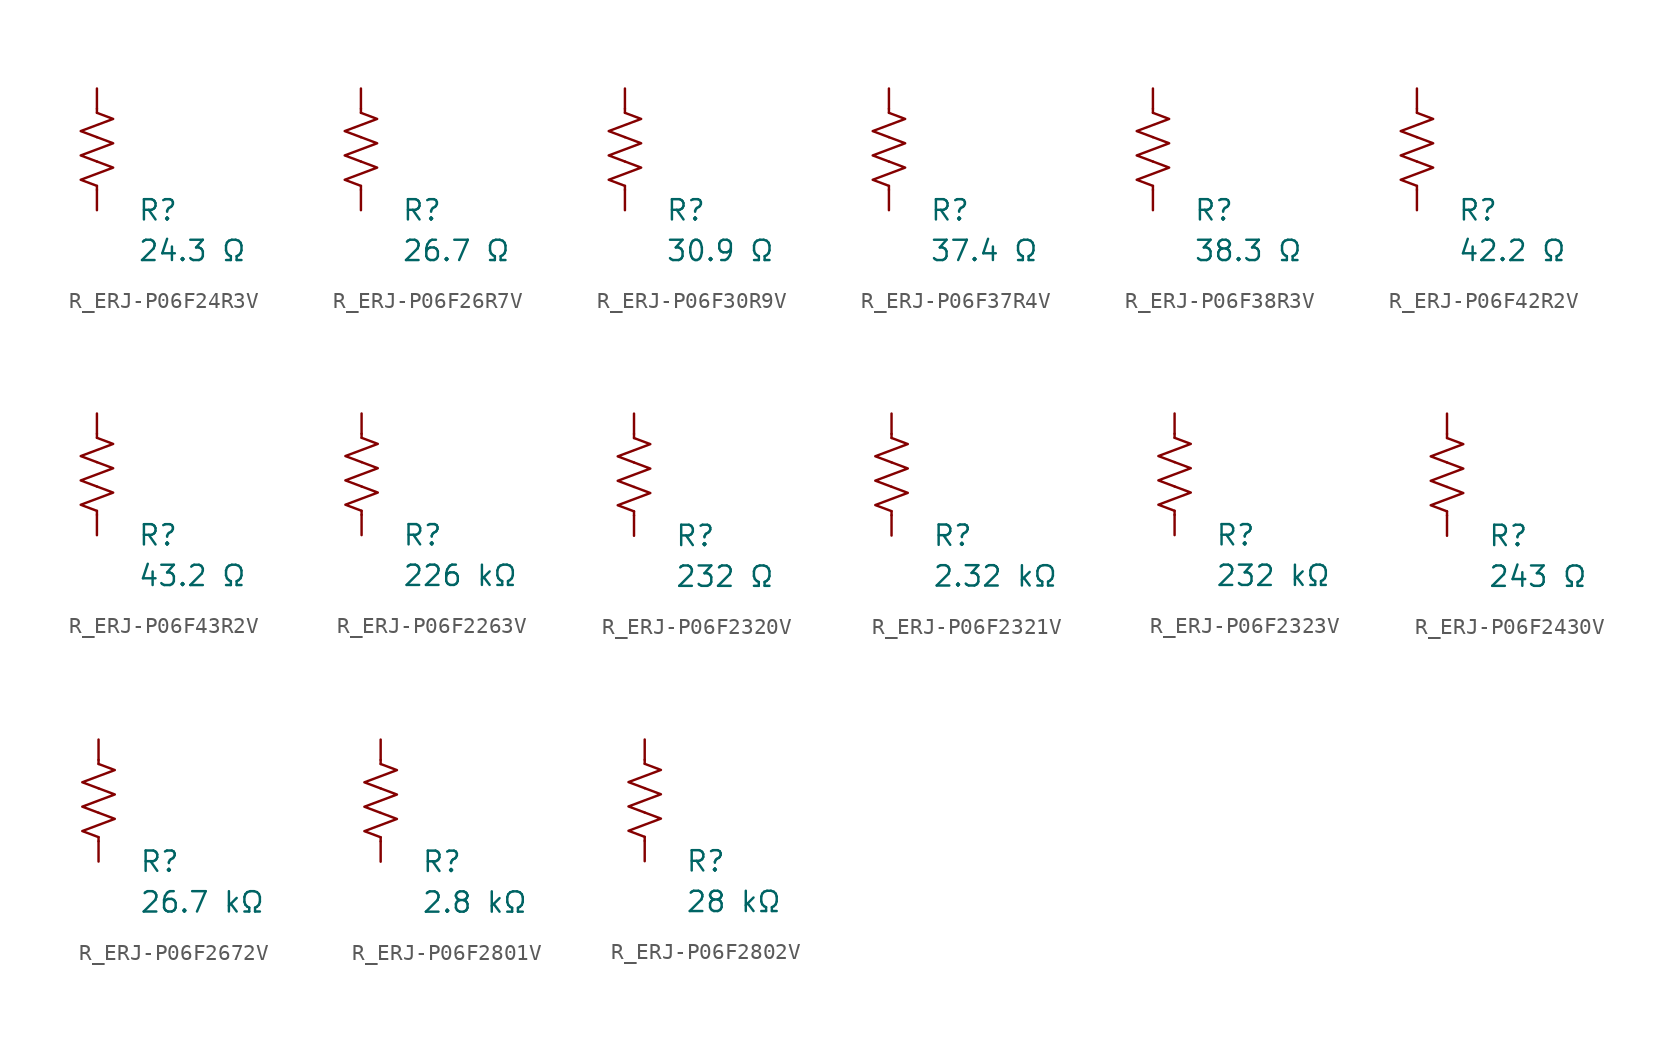
<source format=kicad_sym>
(kicad_symbol_lib
  (version 20231120)
  (generator "kicad_symbol_editor")
  (generator_version "8.0")
  (symbol "R_ERJ-P06F24R3V"
    (pin_numbers hide)
    (pin_names
      (offset 0))
    (property "Reference" "R"
      (at 2.54 -3.81 0)
      (effects (font (size 1.27 1.27)) (justify left))
      (show_name no))
    (property "Value" "24.3 Ω"
      (at 2.54 -6.35 0)
      (effects (font (size 1.27 1.27)) (justify left))
      (show_name no))
    (symbol "R_ERJ-P06F24R3V_0_1"
      (polyline (pts (xy 0 -2.286) (xy 0 -2.54)) (stroke (width 0) (type default)) (fill (type none)))
      (polyline (pts (xy 0 2.286) (xy 0 2.54)) (stroke (width 0) (type default)) (fill (type none)))
      (polyline (pts (xy 0 -0.762) (xy 1.016 -1.143) (xy 0 -1.524) (xy -1.016 -1.905) (xy 0 -2.286)) (stroke (width 0) (type default)) (fill (type none)))
      (polyline (pts (xy 0 0.762) (xy 1.016 0.381) (xy 0 0) (xy -1.016 -0.381) (xy 0 -0.762)) (stroke (width 0) (type default)) (fill (type none)))
      (polyline (pts (xy 0 2.286) (xy 1.016 1.905) (xy 0 1.524) (xy -1.016 1.143) (xy 0 0.762)) (stroke (width 0) (type default)) (fill (type none))))
    (symbol "R_ERJ-P06F24R3V_1_1"
      (pin passive line (at 0 3.81 270) (length 1.27) (name "~" (effects (font (size 1.27 1.27)))) (number "1" (effects (font (size 1.27 1.27)))))
      (pin passive line (at 0 -3.81 90) (length 1.27) (name "~" (effects (font (size 1.27 1.27)))) (number "2" (effects (font (size 1.27 1.27)))))))
  (symbol "R_ERJ-P06F26R7V"
    (pin_numbers hide)
    (pin_names
      (offset 0))
    (property "Reference" "R"
      (at 2.54 -3.81 0)
      (effects (font (size 1.27 1.27)) (justify left))
      (show_name no))
    (property "Value" "26.7 Ω"
      (at 2.54 -6.35 0)
      (effects (font (size 1.27 1.27)) (justify left))
      (show_name no))
    (symbol "R_ERJ-P06F26R7V_0_1"
      (polyline (pts (xy 0 -2.286) (xy 0 -2.54)) (stroke (width 0) (type default)) (fill (type none)))
      (polyline (pts (xy 0 2.286) (xy 0 2.54)) (stroke (width 0) (type default)) (fill (type none)))
      (polyline (pts (xy 0 -0.762) (xy 1.016 -1.143) (xy 0 -1.524) (xy -1.016 -1.905) (xy 0 -2.286)) (stroke (width 0) (type default)) (fill (type none)))
      (polyline (pts (xy 0 0.762) (xy 1.016 0.381) (xy 0 0) (xy -1.016 -0.381) (xy 0 -0.762)) (stroke (width 0) (type default)) (fill (type none)))
      (polyline (pts (xy 0 2.286) (xy 1.016 1.905) (xy 0 1.524) (xy -1.016 1.143) (xy 0 0.762)) (stroke (width 0) (type default)) (fill (type none))))
    (symbol "R_ERJ-P06F26R7V_1_1"
      (pin passive line (at 0 3.81 270) (length 1.27) (name "~" (effects (font (size 1.27 1.27)))) (number "1" (effects (font (size 1.27 1.27)))))
      (pin passive line (at 0 -3.81 90) (length 1.27) (name "~" (effects (font (size 1.27 1.27)))) (number "2" (effects (font (size 1.27 1.27)))))))
  (symbol "R_ERJ-P06F30R9V"
    (pin_numbers hide)
    (pin_names
      (offset 0))
    (property "Reference" "R"
      (at 2.54 -3.81 0)
      (effects (font (size 1.27 1.27)) (justify left))
      (show_name no))
    (property "Value" "30.9 Ω"
      (at 2.54 -6.35 0)
      (effects (font (size 1.27 1.27)) (justify left))
      (show_name no))
    (symbol "R_ERJ-P06F30R9V_0_1"
      (polyline (pts (xy 0 -2.286) (xy 0 -2.54)) (stroke (width 0) (type default)) (fill (type none)))
      (polyline (pts (xy 0 2.286) (xy 0 2.54)) (stroke (width 0) (type default)) (fill (type none)))
      (polyline (pts (xy 0 -0.762) (xy 1.016 -1.143) (xy 0 -1.524) (xy -1.016 -1.905) (xy 0 -2.286)) (stroke (width 0) (type default)) (fill (type none)))
      (polyline (pts (xy 0 0.762) (xy 1.016 0.381) (xy 0 0) (xy -1.016 -0.381) (xy 0 -0.762)) (stroke (width 0) (type default)) (fill (type none)))
      (polyline (pts (xy 0 2.286) (xy 1.016 1.905) (xy 0 1.524) (xy -1.016 1.143) (xy 0 0.762)) (stroke (width 0) (type default)) (fill (type none))))
    (symbol "R_ERJ-P06F30R9V_1_1"
      (pin passive line (at 0 3.81 270) (length 1.27) (name "~" (effects (font (size 1.27 1.27)))) (number "1" (effects (font (size 1.27 1.27)))))
      (pin passive line (at 0 -3.81 90) (length 1.27) (name "~" (effects (font (size 1.27 1.27)))) (number "2" (effects (font (size 1.27 1.27)))))))
  (symbol "R_ERJ-P06F37R4V"
    (pin_numbers hide)
    (pin_names
      (offset 0))
    (property "Reference" "R"
      (at 2.54 -3.81 0)
      (effects (font (size 1.27 1.27)) (justify left))
      (show_name no))
    (property "Value" "37.4 Ω"
      (at 2.54 -6.35 0)
      (effects (font (size 1.27 1.27)) (justify left))
      (show_name no))
    (symbol "R_ERJ-P06F37R4V_0_1"
      (polyline (pts (xy 0 -2.286) (xy 0 -2.54)) (stroke (width 0) (type default)) (fill (type none)))
      (polyline (pts (xy 0 2.286) (xy 0 2.54)) (stroke (width 0) (type default)) (fill (type none)))
      (polyline (pts (xy 0 -0.762) (xy 1.016 -1.143) (xy 0 -1.524) (xy -1.016 -1.905) (xy 0 -2.286)) (stroke (width 0) (type default)) (fill (type none)))
      (polyline (pts (xy 0 0.762) (xy 1.016 0.381) (xy 0 0) (xy -1.016 -0.381) (xy 0 -0.762)) (stroke (width 0) (type default)) (fill (type none)))
      (polyline (pts (xy 0 2.286) (xy 1.016 1.905) (xy 0 1.524) (xy -1.016 1.143) (xy 0 0.762)) (stroke (width 0) (type default)) (fill (type none))))
    (symbol "R_ERJ-P06F37R4V_1_1"
      (pin passive line (at 0 3.81 270) (length 1.27) (name "~" (effects (font (size 1.27 1.27)))) (number "1" (effects (font (size 1.27 1.27)))))
      (pin passive line (at 0 -3.81 90) (length 1.27) (name "~" (effects (font (size 1.27 1.27)))) (number "2" (effects (font (size 1.27 1.27)))))))
  (symbol "R_ERJ-P06F38R3V"
    (pin_numbers hide)
    (pin_names
      (offset 0))
    (property "Reference" "R"
      (at 2.54 -3.81 0)
      (effects (font (size 1.27 1.27)) (justify left))
      (show_name no))
    (property "Value" "38.3 Ω"
      (at 2.54 -6.35 0)
      (effects (font (size 1.27 1.27)) (justify left))
      (show_name no))
    (symbol "R_ERJ-P06F38R3V_0_1"
      (polyline (pts (xy 0 -2.286) (xy 0 -2.54)) (stroke (width 0) (type default)) (fill (type none)))
      (polyline (pts (xy 0 2.286) (xy 0 2.54)) (stroke (width 0) (type default)) (fill (type none)))
      (polyline (pts (xy 0 -0.762) (xy 1.016 -1.143) (xy 0 -1.524) (xy -1.016 -1.905) (xy 0 -2.286)) (stroke (width 0) (type default)) (fill (type none)))
      (polyline (pts (xy 0 0.762) (xy 1.016 0.381) (xy 0 0) (xy -1.016 -0.381) (xy 0 -0.762)) (stroke (width 0) (type default)) (fill (type none)))
      (polyline (pts (xy 0 2.286) (xy 1.016 1.905) (xy 0 1.524) (xy -1.016 1.143) (xy 0 0.762)) (stroke (width 0) (type default)) (fill (type none))))
    (symbol "R_ERJ-P06F38R3V_1_1"
      (pin passive line (at 0 3.81 270) (length 1.27) (name "~" (effects (font (size 1.27 1.27)))) (number "1" (effects (font (size 1.27 1.27)))))
      (pin passive line (at 0 -3.81 90) (length 1.27) (name "~" (effects (font (size 1.27 1.27)))) (number "2" (effects (font (size 1.27 1.27)))))))
  (symbol "R_ERJ-P06F42R2V"
    (pin_numbers hide)
    (pin_names
      (offset 0))
    (property "Reference" "R"
      (at 2.54 -3.81 0)
      (effects (font (size 1.27 1.27)) (justify left))
      (show_name no))
    (property "Value" "42.2 Ω"
      (at 2.54 -6.35 0)
      (effects (font (size 1.27 1.27)) (justify left))
      (show_name no))
    (symbol "R_ERJ-P06F42R2V_0_1"
      (polyline (pts (xy 0 -2.286) (xy 0 -2.54)) (stroke (width 0) (type default)) (fill (type none)))
      (polyline (pts (xy 0 2.286) (xy 0 2.54)) (stroke (width 0) (type default)) (fill (type none)))
      (polyline (pts (xy 0 -0.762) (xy 1.016 -1.143) (xy 0 -1.524) (xy -1.016 -1.905) (xy 0 -2.286)) (stroke (width 0) (type default)) (fill (type none)))
      (polyline (pts (xy 0 0.762) (xy 1.016 0.381) (xy 0 0) (xy -1.016 -0.381) (xy 0 -0.762)) (stroke (width 0) (type default)) (fill (type none)))
      (polyline (pts (xy 0 2.286) (xy 1.016 1.905) (xy 0 1.524) (xy -1.016 1.143) (xy 0 0.762)) (stroke (width 0) (type default)) (fill (type none))))
    (symbol "R_ERJ-P06F42R2V_1_1"
      (pin passive line (at 0 3.81 270) (length 1.27) (name "~" (effects (font (size 1.27 1.27)))) (number "1" (effects (font (size 1.27 1.27)))))
      (pin passive line (at 0 -3.81 90) (length 1.27) (name "~" (effects (font (size 1.27 1.27)))) (number "2" (effects (font (size 1.27 1.27)))))))
  (symbol "R_ERJ-P06F43R2V"
    (pin_numbers hide)
    (pin_names
      (offset 0))
    (property "Reference" "R"
      (at 2.54 -3.81 0)
      (effects (font (size 1.27 1.27)) (justify left))
      (show_name no))
    (property "Value" "43.2 Ω"
      (at 2.54 -6.35 0)
      (effects (font (size 1.27 1.27)) (justify left))
      (show_name no))
    (symbol "R_ERJ-P06F43R2V_0_1"
      (polyline (pts (xy 0 -2.286) (xy 0 -2.54)) (stroke (width 0) (type default)) (fill (type none)))
      (polyline (pts (xy 0 2.286) (xy 0 2.54)) (stroke (width 0) (type default)) (fill (type none)))
      (polyline (pts (xy 0 -0.762) (xy 1.016 -1.143) (xy 0 -1.524) (xy -1.016 -1.905) (xy 0 -2.286)) (stroke (width 0) (type default)) (fill (type none)))
      (polyline (pts (xy 0 0.762) (xy 1.016 0.381) (xy 0 0) (xy -1.016 -0.381) (xy 0 -0.762)) (stroke (width 0) (type default)) (fill (type none)))
      (polyline (pts (xy 0 2.286) (xy 1.016 1.905) (xy 0 1.524) (xy -1.016 1.143) (xy 0 0.762)) (stroke (width 0) (type default)) (fill (type none))))
    (symbol "R_ERJ-P06F43R2V_1_1"
      (pin passive line (at 0 3.81 270) (length 1.27) (name "~" (effects (font (size 1.27 1.27)))) (number "1" (effects (font (size 1.27 1.27)))))
      (pin passive line (at 0 -3.81 90) (length 1.27) (name "~" (effects (font (size 1.27 1.27)))) (number "2" (effects (font (size 1.27 1.27)))))))
  (symbol "R_ERJ-P06F2263V"
    (pin_numbers hide)
    (pin_names
      (offset 0))
    (property "Reference" "R"
      (at 2.54 -3.81 0)
      (effects (font (size 1.27 1.27)) (justify left))
      (show_name no))
    (property "Value" "226 kΩ"
      (at 2.54 -6.35 0)
      (effects (font (size 1.27 1.27)) (justify left))
      (show_name no))
    (symbol "R_ERJ-P06F2263V_0_1"
      (polyline (pts (xy 0 -2.286) (xy 0 -2.54)) (stroke (width 0) (type default)) (fill (type none)))
      (polyline (pts (xy 0 2.286) (xy 0 2.54)) (stroke (width 0) (type default)) (fill (type none)))
      (polyline (pts (xy 0 -0.762) (xy 1.016 -1.143) (xy 0 -1.524) (xy -1.016 -1.905) (xy 0 -2.286)) (stroke (width 0) (type default)) (fill (type none)))
      (polyline (pts (xy 0 0.762) (xy 1.016 0.381) (xy 0 0) (xy -1.016 -0.381) (xy 0 -0.762)) (stroke (width 0) (type default)) (fill (type none)))
      (polyline (pts (xy 0 2.286) (xy 1.016 1.905) (xy 0 1.524) (xy -1.016 1.143) (xy 0 0.762)) (stroke (width 0) (type default)) (fill (type none))))
    (symbol "R_ERJ-P06F2263V_1_1"
      (pin passive line (at 0 3.81 270) (length 1.27) (name "~" (effects (font (size 1.27 1.27)))) (number "1" (effects (font (size 1.27 1.27)))))
      (pin passive line (at 0 -3.81 90) (length 1.27) (name "~" (effects (font (size 1.27 1.27)))) (number "2" (effects (font (size 1.27 1.27)))))))
  (symbol "R_ERJ-P06F2320V"
    (pin_numbers hide)
    (pin_names
      (offset 0))
    (property "Reference" "R"
      (at 2.54 -3.81 0)
      (effects (font (size 1.27 1.27)) (justify left))
      (show_name no))
    (property "Value" "232 Ω"
      (at 2.54 -6.35 0)
      (effects (font (size 1.27 1.27)) (justify left))
      (show_name no))
    (symbol "R_ERJ-P06F2320V_0_1"
      (polyline (pts (xy 0 -2.286) (xy 0 -2.54)) (stroke (width 0) (type default)) (fill (type none)))
      (polyline (pts (xy 0 2.286) (xy 0 2.54)) (stroke (width 0) (type default)) (fill (type none)))
      (polyline (pts (xy 0 -0.762) (xy 1.016 -1.143) (xy 0 -1.524) (xy -1.016 -1.905) (xy 0 -2.286)) (stroke (width 0) (type default)) (fill (type none)))
      (polyline (pts (xy 0 0.762) (xy 1.016 0.381) (xy 0 0) (xy -1.016 -0.381) (xy 0 -0.762)) (stroke (width 0) (type default)) (fill (type none)))
      (polyline (pts (xy 0 2.286) (xy 1.016 1.905) (xy 0 1.524) (xy -1.016 1.143) (xy 0 0.762)) (stroke (width 0) (type default)) (fill (type none))))
    (symbol "R_ERJ-P06F2320V_1_1"
      (pin passive line (at 0 3.81 270) (length 1.27) (name "~" (effects (font (size 1.27 1.27)))) (number "1" (effects (font (size 1.27 1.27)))))
      (pin passive line (at 0 -3.81 90) (length 1.27) (name "~" (effects (font (size 1.27 1.27)))) (number "2" (effects (font (size 1.27 1.27)))))))
  (symbol "R_ERJ-P06F2321V"
    (pin_numbers hide)
    (pin_names
      (offset 0))
    (property "Reference" "R"
      (at 2.54 -3.81 0)
      (effects (font (size 1.27 1.27)) (justify left))
      (show_name no))
    (property "Value" "2.32 kΩ"
      (at 2.54 -6.35 0)
      (effects (font (size 1.27 1.27)) (justify left))
      (show_name no))
    (symbol "R_ERJ-P06F2321V_0_1"
      (polyline (pts (xy 0 -2.286) (xy 0 -2.54)) (stroke (width 0) (type default)) (fill (type none)))
      (polyline (pts (xy 0 2.286) (xy 0 2.54)) (stroke (width 0) (type default)) (fill (type none)))
      (polyline (pts (xy 0 -0.762) (xy 1.016 -1.143) (xy 0 -1.524) (xy -1.016 -1.905) (xy 0 -2.286)) (stroke (width 0) (type default)) (fill (type none)))
      (polyline (pts (xy 0 0.762) (xy 1.016 0.381) (xy 0 0) (xy -1.016 -0.381) (xy 0 -0.762)) (stroke (width 0) (type default)) (fill (type none)))
      (polyline (pts (xy 0 2.286) (xy 1.016 1.905) (xy 0 1.524) (xy -1.016 1.143) (xy 0 0.762)) (stroke (width 0) (type default)) (fill (type none))))
    (symbol "R_ERJ-P06F2321V_1_1"
      (pin passive line (at 0 3.81 270) (length 1.27) (name "~" (effects (font (size 1.27 1.27)))) (number "1" (effects (font (size 1.27 1.27)))))
      (pin passive line (at 0 -3.81 90) (length 1.27) (name "~" (effects (font (size 1.27 1.27)))) (number "2" (effects (font (size 1.27 1.27)))))))
  (symbol "R_ERJ-P06F2323V"
    (pin_numbers hide)
    (pin_names
      (offset 0))
    (property "Reference" "R"
      (at 2.54 -3.81 0)
      (effects (font (size 1.27 1.27)) (justify left))
      (show_name no))
    (property "Value" "232 kΩ"
      (at 2.54 -6.35 0)
      (effects (font (size 1.27 1.27)) (justify left))
      (show_name no))
    (symbol "R_ERJ-P06F2323V_0_1"
      (polyline (pts (xy 0 -2.286) (xy 0 -2.54)) (stroke (width 0) (type default)) (fill (type none)))
      (polyline (pts (xy 0 2.286) (xy 0 2.54)) (stroke (width 0) (type default)) (fill (type none)))
      (polyline (pts (xy 0 -0.762) (xy 1.016 -1.143) (xy 0 -1.524) (xy -1.016 -1.905) (xy 0 -2.286)) (stroke (width 0) (type default)) (fill (type none)))
      (polyline (pts (xy 0 0.762) (xy 1.016 0.381) (xy 0 0) (xy -1.016 -0.381) (xy 0 -0.762)) (stroke (width 0) (type default)) (fill (type none)))
      (polyline (pts (xy 0 2.286) (xy 1.016 1.905) (xy 0 1.524) (xy -1.016 1.143) (xy 0 0.762)) (stroke (width 0) (type default)) (fill (type none))))
    (symbol "R_ERJ-P06F2323V_1_1"
      (pin passive line (at 0 3.81 270) (length 1.27) (name "~" (effects (font (size 1.27 1.27)))) (number "1" (effects (font (size 1.27 1.27)))))
      (pin passive line (at 0 -3.81 90) (length 1.27) (name "~" (effects (font (size 1.27 1.27)))) (number "2" (effects (font (size 1.27 1.27)))))))
  (symbol "R_ERJ-P06F2430V"
    (pin_numbers hide)
    (pin_names
      (offset 0))
    (property "Reference" "R"
      (at 2.54 -3.81 0)
      (effects (font (size 1.27 1.27)) (justify left))
      (show_name no))
    (property "Value" "243 Ω"
      (at 2.54 -6.35 0)
      (effects (font (size 1.27 1.27)) (justify left))
      (show_name no))
    (symbol "R_ERJ-P06F2430V_0_1"
      (polyline (pts (xy 0 -2.286) (xy 0 -2.54)) (stroke (width 0) (type default)) (fill (type none)))
      (polyline (pts (xy 0 2.286) (xy 0 2.54)) (stroke (width 0) (type default)) (fill (type none)))
      (polyline (pts (xy 0 -0.762) (xy 1.016 -1.143) (xy 0 -1.524) (xy -1.016 -1.905) (xy 0 -2.286)) (stroke (width 0) (type default)) (fill (type none)))
      (polyline (pts (xy 0 0.762) (xy 1.016 0.381) (xy 0 0) (xy -1.016 -0.381) (xy 0 -0.762)) (stroke (width 0) (type default)) (fill (type none)))
      (polyline (pts (xy 0 2.286) (xy 1.016 1.905) (xy 0 1.524) (xy -1.016 1.143) (xy 0 0.762)) (stroke (width 0) (type default)) (fill (type none))))
    (symbol "R_ERJ-P06F2430V_1_1"
      (pin passive line (at 0 3.81 270) (length 1.27) (name "~" (effects (font (size 1.27 1.27)))) (number "1" (effects (font (size 1.27 1.27)))))
      (pin passive line (at 0 -3.81 90) (length 1.27) (name "~" (effects (font (size 1.27 1.27)))) (number "2" (effects (font (size 1.27 1.27)))))))
  (symbol "R_ERJ-P06F2672V"
    (pin_numbers hide)
    (pin_names
      (offset 0))
    (property "Reference" "R"
      (at 2.54 -3.81 0)
      (effects (font (size 1.27 1.27)) (justify left))
      (show_name no))
    (property "Value" "26.7 kΩ"
      (at 2.54 -6.35 0)
      (effects (font (size 1.27 1.27)) (justify left))
      (show_name no))
    (symbol "R_ERJ-P06F2672V_0_1"
      (polyline (pts (xy 0 -2.286) (xy 0 -2.54)) (stroke (width 0) (type default)) (fill (type none)))
      (polyline (pts (xy 0 2.286) (xy 0 2.54)) (stroke (width 0) (type default)) (fill (type none)))
      (polyline (pts (xy 0 -0.762) (xy 1.016 -1.143) (xy 0 -1.524) (xy -1.016 -1.905) (xy 0 -2.286)) (stroke (width 0) (type default)) (fill (type none)))
      (polyline (pts (xy 0 0.762) (xy 1.016 0.381) (xy 0 0) (xy -1.016 -0.381) (xy 0 -0.762)) (stroke (width 0) (type default)) (fill (type none)))
      (polyline (pts (xy 0 2.286) (xy 1.016 1.905) (xy 0 1.524) (xy -1.016 1.143) (xy 0 0.762)) (stroke (width 0) (type default)) (fill (type none))))
    (symbol "R_ERJ-P06F2672V_1_1"
      (pin passive line (at 0 3.81 270) (length 1.27) (name "~" (effects (font (size 1.27 1.27)))) (number "1" (effects (font (size 1.27 1.27)))))
      (pin passive line (at 0 -3.81 90) (length 1.27) (name "~" (effects (font (size 1.27 1.27)))) (number "2" (effects (font (size 1.27 1.27)))))))
  (symbol "R_ERJ-P06F2801V"
    (pin_numbers hide)
    (pin_names
      (offset 0))
    (property "Reference" "R"
      (at 2.54 -3.81 0)
      (effects (font (size 1.27 1.27)) (justify left))
      (show_name no))
    (property "Value" "2.8 kΩ"
      (at 2.54 -6.35 0)
      (effects (font (size 1.27 1.27)) (justify left))
      (show_name no))
    (symbol "R_ERJ-P06F2801V_0_1"
      (polyline (pts (xy 0 -2.286) (xy 0 -2.54)) (stroke (width 0) (type default)) (fill (type none)))
      (polyline (pts (xy 0 2.286) (xy 0 2.54)) (stroke (width 0) (type default)) (fill (type none)))
      (polyline (pts (xy 0 -0.762) (xy 1.016 -1.143) (xy 0 -1.524) (xy -1.016 -1.905) (xy 0 -2.286)) (stroke (width 0) (type default)) (fill (type none)))
      (polyline (pts (xy 0 0.762) (xy 1.016 0.381) (xy 0 0) (xy -1.016 -0.381) (xy 0 -0.762)) (stroke (width 0) (type default)) (fill (type none)))
      (polyline (pts (xy 0 2.286) (xy 1.016 1.905) (xy 0 1.524) (xy -1.016 1.143) (xy 0 0.762)) (stroke (width 0) (type default)) (fill (type none))))
    (symbol "R_ERJ-P06F2801V_1_1"
      (pin passive line (at 0 3.81 270) (length 1.27) (name "~" (effects (font (size 1.27 1.27)))) (number "1" (effects (font (size 1.27 1.27)))))
      (pin passive line (at 0 -3.81 90) (length 1.27) (name "~" (effects (font (size 1.27 1.27)))) (number "2" (effects (font (size 1.27 1.27)))))))
  (symbol "R_ERJ-P06F2802V"
    (pin_numbers hide)
    (pin_names
      (offset 0))
    (property "Reference" "R"
      (at 2.54 -3.81 0)
      (effects (font (size 1.27 1.27)) (justify left))
      (show_name no))
    (property "Value" "28 kΩ"
      (at 2.54 -6.35 0)
      (effects (font (size 1.27 1.27)) (justify left))
      (show_name no))
    (symbol "R_ERJ-P06F2802V_0_1"
      (polyline (pts (xy 0 -2.286) (xy 0 -2.54)) (stroke (width 0) (type default)) (fill (type none)))
      (polyline (pts (xy 0 2.286) (xy 0 2.54)) (stroke (width 0) (type default)) (fill (type none)))
      (polyline (pts (xy 0 -0.762) (xy 1.016 -1.143) (xy 0 -1.524) (xy -1.016 -1.905) (xy 0 -2.286)) (stroke (width 0) (type default)) (fill (type none)))
      (polyline (pts (xy 0 0.762) (xy 1.016 0.381) (xy 0 0) (xy -1.016 -0.381) (xy 0 -0.762)) (stroke (width 0) (type default)) (fill (type none)))
      (polyline (pts (xy 0 2.286) (xy 1.016 1.905) (xy 0 1.524) (xy -1.016 1.143) (xy 0 0.762)) (stroke (width 0) (type default)) (fill (type none))))
    (symbol "R_ERJ-P06F2802V_1_1"
      (pin passive line (at 0 3.81 270) (length 1.27) (name "~" (effects (font (size 1.27 1.27)))) (number "1" (effects (font (size 1.27 1.27)))))
      (pin passive line (at 0 -3.81 90) (length 1.27) (name "~" (effects (font (size 1.27 1.27)))) (number "2" (effects (font (size 1.27 1.27))))))))
</source>
